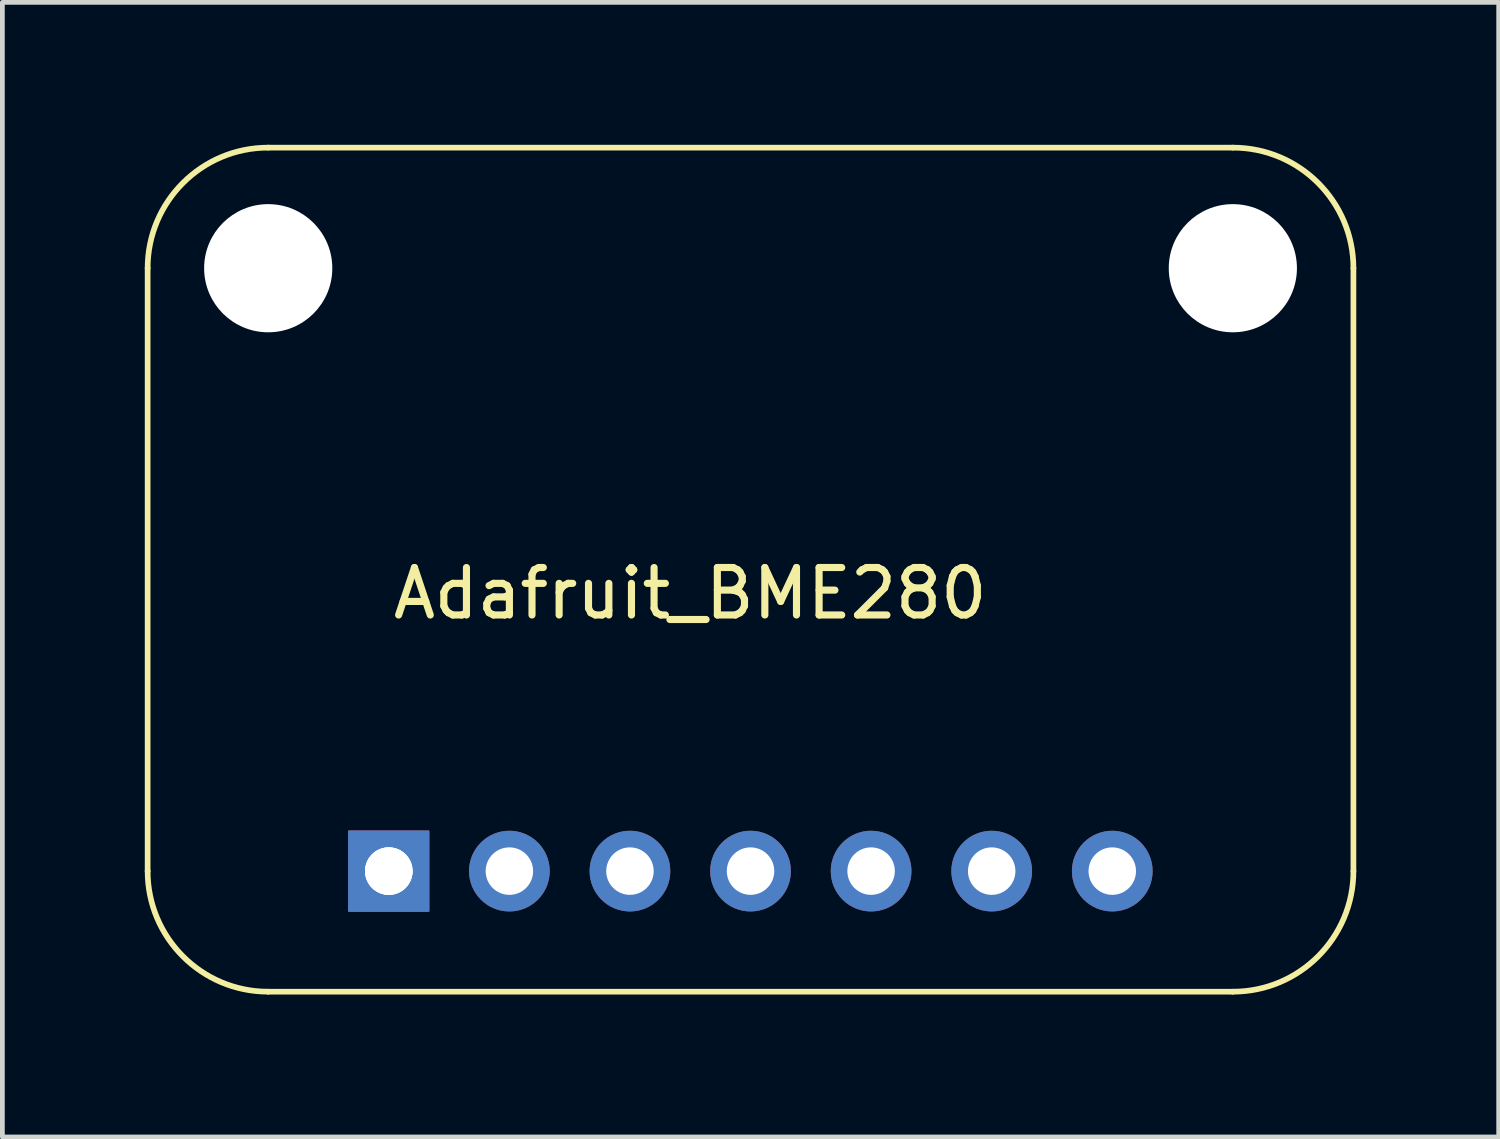
<source format=kicad_pcb>
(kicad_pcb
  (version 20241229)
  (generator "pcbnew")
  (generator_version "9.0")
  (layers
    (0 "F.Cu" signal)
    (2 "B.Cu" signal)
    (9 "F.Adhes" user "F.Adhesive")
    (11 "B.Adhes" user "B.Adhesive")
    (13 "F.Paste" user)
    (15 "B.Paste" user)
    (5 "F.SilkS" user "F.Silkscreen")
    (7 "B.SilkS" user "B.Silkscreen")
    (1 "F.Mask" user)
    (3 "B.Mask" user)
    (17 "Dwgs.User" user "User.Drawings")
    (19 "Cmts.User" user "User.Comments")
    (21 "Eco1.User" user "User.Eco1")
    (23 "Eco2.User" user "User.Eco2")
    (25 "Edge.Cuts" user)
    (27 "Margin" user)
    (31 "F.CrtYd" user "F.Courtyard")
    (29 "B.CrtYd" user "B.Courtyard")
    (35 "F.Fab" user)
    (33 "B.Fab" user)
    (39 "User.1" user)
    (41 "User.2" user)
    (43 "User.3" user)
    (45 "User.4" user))
  (footprint "Adafruit_BME280"
    (layer "F.Cu")
    (at 12.76 8.95)
    (property "Reference" "Adafruit_BME280" (at -1.27 0.5 0) (layer "F.SilkS") (effects (font (size 1 1) (thickness 0.15))))
    (attr through_hole)
    (fp_line (start -12.7 -6.35) (end -12.7 6.35) (stroke (width 0.12) (type solid)) (layer "F.SilkS"))
    (fp_line (start -10.16 -8.89) (end 10.16 -8.89) (stroke (width 0.12) (type solid)) (layer "F.SilkS"))
    (fp_line (start -10.16 8.89) (end 10.16 8.89) (stroke (width 0.12) (type solid)) (layer "F.SilkS"))
    (fp_line (start 12.7 -6.35) (end 12.7 6.35) (stroke (width 0.12) (type solid)) (layer "F.SilkS"))
    (fp_arc (start -12.7 -6.35) (mid -11.956051 -8.146051) (end -10.16 -8.89) (stroke (width 0.12) (type solid)) (layer "F.SilkS"))
    (fp_arc (start -10.16 8.89) (mid -11.956051 8.146051) (end -12.7 6.35) (stroke (width 0.12) (type solid)) (layer "F.SilkS"))
    (fp_arc (start 10.16 -8.89) (mid 11.956051 -8.146051) (end 12.7 -6.35) (stroke (width 0.12) (type solid)) (layer "F.SilkS"))
    (fp_arc (start 12.7 6.35) (mid 11.956051 8.146051) (end 10.16 8.89) (stroke (width 0.12) (type solid)) (layer "F.SilkS"))
    (pad "" np_thru_hole circle (at -10.16 -6.35) (size 2.7 2.7) (drill 2.7) (layers "*.Cu" "*.Mask"))
    (pad "" np_thru_hole circle (at 10.16 -6.35) (size 2.7 2.7) (drill 2.7) (layers "*.Cu" "*.Mask"))
    (pad "1" thru_hole rect (at -7.62 6.35) (size 1.7 1.7) (drill 1) (layers "*.Cu" "*.Mask"))
    (pad "1" thru_hole rect (at -7.62 6.35) (size 1.7 1.7) (drill 1) (layers "*.Cu" "*.Mask"))
    (pad "1" thru_hole rect (at -7.62 6.35) (size 1.7 1.7) (drill 1) (layers "*.Cu" "*.Mask"))
    (pad "2" thru_hole circle (at -5.08 6.35) (size 1.7 1.7) (drill 1) (layers "*.Cu" "*.Mask"))
    (pad "3" thru_hole circle (at -2.54 6.35) (size 1.7 1.7) (drill 1) (layers "*.Cu" "*.Mask"))
    (pad "4" thru_hole circle (at 0 6.35) (size 1.7 1.7) (drill 1) (layers "*.Cu" "*.Mask"))
    (pad "5" thru_hole circle (at 2.54 6.35) (size 1.7 1.7) (drill 1) (layers "*.Cu" "*.Mask"))
    (pad "6" thru_hole circle (at 5.08 6.35) (size 1.7 1.7) (drill 1) (layers "*.Cu" "*.Mask"))
    (pad "7" thru_hole circle (at 7.62 6.35) (size 1.7 1.7) (drill 1) (layers "*.Cu" "*.Mask")))
  (gr_rect
    (start -3 -3)
    (end 28.52 20.9)
    (stroke (width 0.1) (type default))
    (fill no)
    (layer "Edge.Cuts")))
</source>
